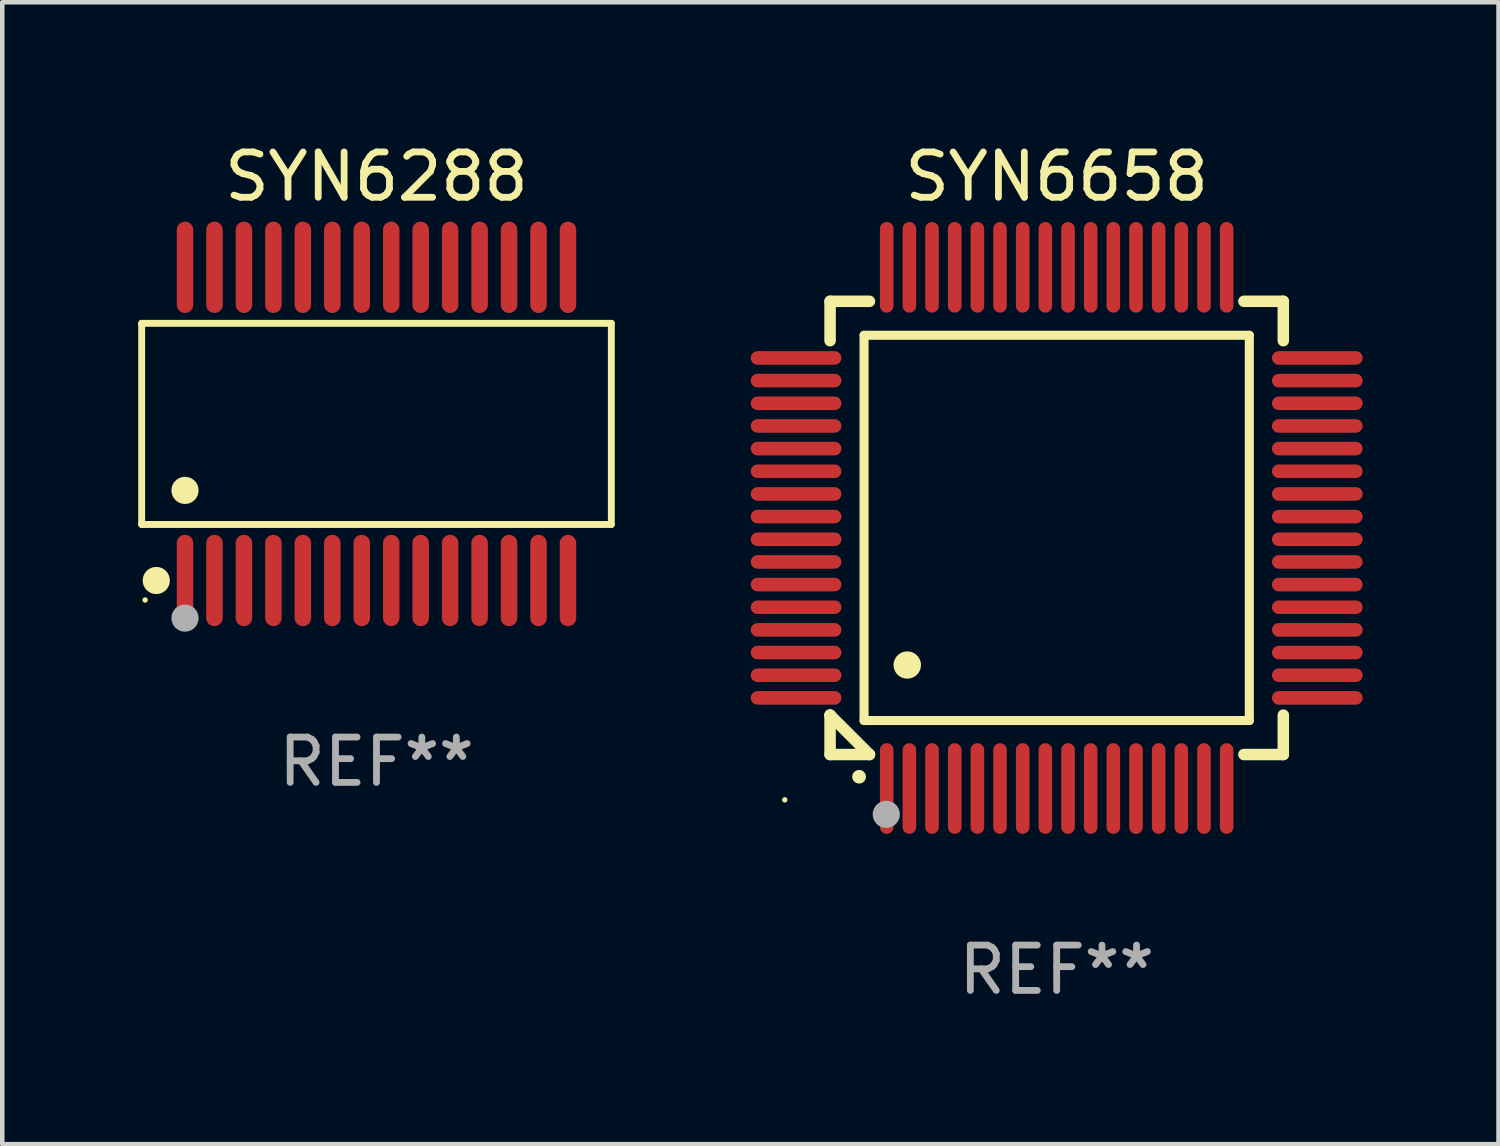
<source format=kicad_pcb>
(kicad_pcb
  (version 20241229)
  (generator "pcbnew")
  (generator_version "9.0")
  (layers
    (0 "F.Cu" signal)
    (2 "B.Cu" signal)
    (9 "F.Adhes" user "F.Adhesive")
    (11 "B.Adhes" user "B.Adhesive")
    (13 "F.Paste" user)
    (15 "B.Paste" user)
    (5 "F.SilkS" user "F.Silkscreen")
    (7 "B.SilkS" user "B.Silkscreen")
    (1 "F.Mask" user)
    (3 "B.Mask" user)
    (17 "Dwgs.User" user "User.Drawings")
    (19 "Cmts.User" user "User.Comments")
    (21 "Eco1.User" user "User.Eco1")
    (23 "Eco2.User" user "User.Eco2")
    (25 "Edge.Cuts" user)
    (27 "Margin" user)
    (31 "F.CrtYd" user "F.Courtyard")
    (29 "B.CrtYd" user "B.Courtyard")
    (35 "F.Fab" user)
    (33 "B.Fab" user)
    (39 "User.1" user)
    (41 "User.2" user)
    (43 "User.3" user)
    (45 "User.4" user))
  (footprint "SYN6658"
    (layer "F.Cu")
    (at 20.265 8.598)
    (property "Reference" "SYN6658" (at 0 -7.75 0) (layer "F.SilkS") (effects (font (size 1 1) (thickness 0.15))))
    (attr through_hole)
    (fp_line (start -5 -5) (end -4.131 -5) (stroke (width 0.254) (type solid)) (layer "F.SilkS"))
    (fp_line (start -5 -4.131) (end -5 -5) (stroke (width 0.254) (type solid)) (layer "F.SilkS"))
    (fp_line (start -5 4.131) (end -5 4.131) (stroke (width 0.254) (type solid)) (layer "F.SilkS"))
    (fp_line (start -5 5) (end -5 4.131) (stroke (width 0.254) (type solid)) (layer "F.SilkS"))
    (fp_line (start -5 4.131) (end -4.131 5) (stroke (width 0.254) (type solid)) (layer "F.SilkS"))
    (fp_line (start -4.25 -4.25) (end -4.25 4.25) (stroke (width 0.2) (type solid)) (layer "F.SilkS"))
    (fp_line (start -4.25 4.25) (end 4.25 4.25) (stroke (width 0.2) (type solid)) (layer "F.SilkS"))
    (fp_line (start -4.131 5) (end -5 5) (stroke (width 0.254) (type solid)) (layer "F.SilkS"))
    (fp_line (start 4.25 -4.25) (end -4.25 -4.25) (stroke (width 0.2) (type solid)) (layer "F.SilkS"))
    (fp_line (start 4.25 4.25) (end 4.25 -4.25) (stroke (width 0.2) (type solid)) (layer "F.SilkS"))
    (fp_line (start 5 -5) (end 4.131 -5) (stroke (width 0.254) (type solid)) (layer "F.SilkS"))
    (fp_line (start 5 -5) (end 5 -4.131) (stroke (width 0.254) (type solid)) (layer "F.SilkS"))
    (fp_line (start 5 4.131) (end 5 5) (stroke (width 0.254) (type solid)) (layer "F.SilkS"))
    (fp_line (start 5 5) (end 4.131 5) (stroke (width 0.254) (type solid)) (layer "F.SilkS"))
    (fp_arc (start -4.361265 5.489992) (mid -4.359995 5.489987) (end -4.358725 5.489992) (stroke (width 0.3) (type solid)) (layer "F.SilkS"))
    (fp_arc (start -3.299467 3.025146) (mid -3.296927 3.025135) (end -3.294387 3.025146) (stroke (width 0.6) (type solid)) (layer "F.SilkS"))
    (fp_circle (center -6 6) (end -5.97 6) (stroke (width 0.06) (type solid)) (fill no) (layer "F.SilkS"))
    (fp_circle (center -3.76 6.32) (end -3.61 6.32) (stroke (width 0.3) (type solid)) (fill no) (layer "F.Fab"))
    (fp_text user "REF**" (at 0 9.75 0) (layer "F.Fab") (effects (font (size 1 1) (thickness 0.15))))
    (pad "1" smd oval (at -3.75 5.75) (size 0.3 2) (layers "F.Cu" "F.Mask" "F.Paste"))
    (pad "2" smd oval (at -3.25 5.75) (size 0.3 2) (layers "F.Cu" "F.Mask" "F.Paste"))
    (pad "3" smd oval (at -2.75 5.75) (size 0.3 2) (layers "F.Cu" "F.Mask" "F.Paste"))
    (pad "4" smd oval (at -2.25 5.75) (size 0.3 2) (layers "F.Cu" "F.Mask" "F.Paste"))
    (pad "5" smd oval (at -1.75 5.75) (size 0.3 2) (layers "F.Cu" "F.Mask" "F.Paste"))
    (pad "6" smd oval (at -1.25 5.75) (size 0.3 2) (layers "F.Cu" "F.Mask" "F.Paste"))
    (pad "7" smd oval (at -0.75 5.75) (size 0.3 2) (layers "F.Cu" "F.Mask" "F.Paste"))
    (pad "8" smd oval (at -0.25 5.75) (size 0.3 2) (layers "F.Cu" "F.Mask" "F.Paste"))
    (pad "9" smd oval (at 0.25 5.75) (size 0.3 2) (layers "F.Cu" "F.Mask" "F.Paste"))
    (pad "10" smd oval (at 0.75 5.75) (size 0.3 2) (layers "F.Cu" "F.Mask" "F.Paste"))
    (pad "11" smd oval (at 1.25 5.75) (size 0.3 2) (layers "F.Cu" "F.Mask" "F.Paste"))
    (pad "12" smd oval (at 1.75 5.75) (size 0.3 2) (layers "F.Cu" "F.Mask" "F.Paste"))
    (pad "13" smd oval (at 2.25 5.75) (size 0.3 2) (layers "F.Cu" "F.Mask" "F.Paste"))
    (pad "14" smd oval (at 2.75 5.75) (size 0.3 2) (layers "F.Cu" "F.Mask" "F.Paste"))
    (pad "15" smd oval (at 3.25 5.75) (size 0.3 2) (layers "F.Cu" "F.Mask" "F.Paste"))
    (pad "16" smd oval (at 3.75 5.75) (size 0.3 2) (layers "F.Cu" "F.Mask" "F.Paste"))
    (pad "17" smd oval (at 5.75 3.75) (size 2 0.3) (layers "F.Cu" "F.Mask" "F.Paste"))
    (pad "18" smd oval (at 5.75 3.25) (size 2 0.3) (layers "F.Cu" "F.Mask" "F.Paste"))
    (pad "19" smd oval (at 5.75 2.75) (size 2 0.3) (layers "F.Cu" "F.Mask" "F.Paste"))
    (pad "20" smd oval (at 5.75 2.25) (size 2 0.3) (layers "F.Cu" "F.Mask" "F.Paste"))
    (pad "21" smd oval (at 5.75 1.75) (size 2 0.3) (layers "F.Cu" "F.Mask" "F.Paste"))
    (pad "22" smd oval (at 5.75 1.25) (size 2 0.3) (layers "F.Cu" "F.Mask" "F.Paste"))
    (pad "23" smd oval (at 5.75 0.75) (size 2 0.3) (layers "F.Cu" "F.Mask" "F.Paste"))
    (pad "24" smd oval (at 5.75 0.25) (size 2 0.3) (layers "F.Cu" "F.Mask" "F.Paste"))
    (pad "25" smd oval (at 5.75 -0.25) (size 2 0.3) (layers "F.Cu" "F.Mask" "F.Paste"))
    (pad "26" smd oval (at 5.75 -0.75) (size 2 0.3) (layers "F.Cu" "F.Mask" "F.Paste"))
    (pad "27" smd oval (at 5.75 -1.25) (size 2 0.3) (layers "F.Cu" "F.Mask" "F.Paste"))
    (pad "28" smd oval (at 5.75 -1.75) (size 2 0.3) (layers "F.Cu" "F.Mask" "F.Paste"))
    (pad "29" smd oval (at 5.75 -2.25) (size 2 0.3) (layers "F.Cu" "F.Mask" "F.Paste"))
    (pad "30" smd oval (at 5.75 -2.75) (size 2 0.3) (layers "F.Cu" "F.Mask" "F.Paste"))
    (pad "31" smd oval (at 5.75 -3.25) (size 2 0.3) (layers "F.Cu" "F.Mask" "F.Paste"))
    (pad "32" smd oval (at 5.75 -3.75) (size 2 0.3) (layers "F.Cu" "F.Mask" "F.Paste"))
    (pad "33" smd oval (at 3.75 -5.75) (size 0.3 2) (layers "F.Cu" "F.Mask" "F.Paste"))
    (pad "34" smd oval (at 3.25 -5.75) (size 0.3 2) (layers "F.Cu" "F.Mask" "F.Paste"))
    (pad "35" smd oval (at 2.75 -5.75) (size 0.3 2) (layers "F.Cu" "F.Mask" "F.Paste"))
    (pad "36" smd oval (at 2.25 -5.75) (size 0.3 2) (layers "F.Cu" "F.Mask" "F.Paste"))
    (pad "37" smd oval (at 1.75 -5.75) (size 0.3 2) (layers "F.Cu" "F.Mask" "F.Paste"))
    (pad "38" smd oval (at 1.25 -5.75) (size 0.3 2) (layers "F.Cu" "F.Mask" "F.Paste"))
    (pad "39" smd oval (at 0.75 -5.75) (size 0.3 2) (layers "F.Cu" "F.Mask" "F.Paste"))
    (pad "40" smd oval (at 0.25 -5.75) (size 0.3 2) (layers "F.Cu" "F.Mask" "F.Paste"))
    (pad "41" smd oval (at -0.25 -5.75) (size 0.3 2) (layers "F.Cu" "F.Mask" "F.Paste"))
    (pad "42" smd oval (at -0.75 -5.75) (size 0.3 2) (layers "F.Cu" "F.Mask" "F.Paste"))
    (pad "43" smd oval (at -1.25 -5.75) (size 0.3 2) (layers "F.Cu" "F.Mask" "F.Paste"))
    (pad "44" smd oval (at -1.75 -5.75) (size 0.3 2) (layers "F.Cu" "F.Mask" "F.Paste"))
    (pad "45" smd oval (at -2.25 -5.75) (size 0.3 2) (layers "F.Cu" "F.Mask" "F.Paste"))
    (pad "46" smd oval (at -2.75 -5.75) (size 0.3 2) (layers "F.Cu" "F.Mask" "F.Paste"))
    (pad "47" smd oval (at -3.25 -5.75) (size 0.3 2) (layers "F.Cu" "F.Mask" "F.Paste"))
    (pad "48" smd oval (at -3.75 -5.75) (size 0.3 2) (layers "F.Cu" "F.Mask" "F.Paste"))
    (pad "49" smd oval (at -5.75 -3.75) (size 2 0.3) (layers "F.Cu" "F.Mask" "F.Paste"))
    (pad "50" smd oval (at -5.75 -3.25) (size 2 0.3) (layers "F.Cu" "F.Mask" "F.Paste"))
    (pad "51" smd oval (at -5.75 -2.75) (size 2 0.3) (layers "F.Cu" "F.Mask" "F.Paste"))
    (pad "52" smd oval (at -5.75 -2.25) (size 2 0.3) (layers "F.Cu" "F.Mask" "F.Paste"))
    (pad "53" smd oval (at -5.75 -1.75) (size 2 0.3) (layers "F.Cu" "F.Mask" "F.Paste"))
    (pad "54" smd oval (at -5.75 -1.25) (size 2 0.3) (layers "F.Cu" "F.Mask" "F.Paste"))
    (pad "55" smd oval (at -5.75 -0.75) (size 2 0.3) (layers "F.Cu" "F.Mask" "F.Paste"))
    (pad "56" smd oval (at -5.75 -0.25) (size 2 0.3) (layers "F.Cu" "F.Mask" "F.Paste"))
    (pad "57" smd oval (at -5.75 0.25) (size 2 0.3) (layers "F.Cu" "F.Mask" "F.Paste"))
    (pad "58" smd oval (at -5.75 0.75) (size 2 0.3) (layers "F.Cu" "F.Mask" "F.Paste"))
    (pad "59" smd oval (at -5.75 1.25) (size 2 0.3) (layers "F.Cu" "F.Mask" "F.Paste"))
    (pad "60" smd oval (at -5.75 1.75) (size 2 0.3) (layers "F.Cu" "F.Mask" "F.Paste"))
    (pad "61" smd oval (at -5.75 2.25) (size 2 0.3) (layers "F.Cu" "F.Mask" "F.Paste"))
    (pad "62" smd oval (at -5.75 2.75) (size 2 0.3) (layers "F.Cu" "F.Mask" "F.Paste"))
    (pad "63" smd oval (at -5.75 3.25) (size 2 0.3) (layers "F.Cu" "F.Mask" "F.Paste"))
    (pad "64" smd oval (at -5.75 3.75) (size 2 0.3) (layers "F.Cu" "F.Mask" "F.Paste")))
  (footprint "SYN6288"
    (layer "F.Cu")
    (at 5.257 6.303)
    (property "Reference" "SYN6288" (at 0 -5.455 0) (layer "F.SilkS") (effects (font (size 1 1) (thickness 0.15))))
    (attr through_hole)
    (fp_line (start -5.181 -2.219) (end 5.181 -2.219) (stroke (width 0.152) (type solid)) (layer "F.SilkS"))
    (fp_line (start -5.181 2.219) (end -5.181 -2.219) (stroke (width 0.152) (type solid)) (layer "F.SilkS"))
    (fp_line (start 5.181 -2.219) (end 5.181 2.219) (stroke (width 0.152) (type solid)) (layer "F.SilkS"))
    (fp_line (start 5.181 2.219) (end -5.181 2.219) (stroke (width 0.152) (type solid)) (layer "F.SilkS"))
    (fp_circle (center -5.105 3.885) (end -5.075 3.885) (stroke (width 0.06) (type solid)) (fill no) (layer "F.SilkS"))
    (fp_circle (center -4.859 3.455) (end -4.709 3.455) (stroke (width 0.3) (type solid)) (fill no) (layer "F.SilkS"))
    (fp_circle (center -4.225 1.467) (end -4.075 1.467) (stroke (width 0.3) (type solid)) (fill no) (layer "F.SilkS"))
    (fp_circle (center -4.225 4.285) (end -4.075 4.285) (stroke (width 0.3) (type solid)) (fill no) (layer "F.Fab"))
    (fp_text user "REF**" (at 0 7.455 0) (layer "F.Fab") (effects (font (size 1 1) (thickness 0.15))))
    (pad "1" smd oval (at -4.225 3.455) (size 0.364 2.015) (layers "F.Cu" "F.Mask" "F.Paste"))
    (pad "2" smd oval (at -3.575 3.455) (size 0.364 2.015) (layers "F.Cu" "F.Mask" "F.Paste"))
    (pad "3" smd oval (at -2.925 3.455) (size 0.364 2.015) (layers "F.Cu" "F.Mask" "F.Paste"))
    (pad "4" smd oval (at -2.275 3.455) (size 0.364 2.015) (layers "F.Cu" "F.Mask" "F.Paste"))
    (pad "5" smd oval (at -1.625 3.455) (size 0.364 2.015) (layers "F.Cu" "F.Mask" "F.Paste"))
    (pad "6" smd oval (at -0.975 3.455) (size 0.364 2.015) (layers "F.Cu" "F.Mask" "F.Paste"))
    (pad "7" smd oval (at -0.325 3.455) (size 0.364 2.015) (layers "F.Cu" "F.Mask" "F.Paste"))
    (pad "8" smd oval (at 0.325 3.455) (size 0.364 2.015) (layers "F.Cu" "F.Mask" "F.Paste"))
    (pad "9" smd oval (at 0.975 3.455) (size 0.364 2.015) (layers "F.Cu" "F.Mask" "F.Paste"))
    (pad "10" smd oval (at 1.625 3.455) (size 0.364 2.015) (layers "F.Cu" "F.Mask" "F.Paste"))
    (pad "11" smd oval (at 2.275 3.455) (size 0.364 2.015) (layers "F.Cu" "F.Mask" "F.Paste"))
    (pad "12" smd oval (at 2.925 3.455) (size 0.364 2.015) (layers "F.Cu" "F.Mask" "F.Paste"))
    (pad "13" smd oval (at 3.575 3.455) (size 0.364 2.015) (layers "F.Cu" "F.Mask" "F.Paste"))
    (pad "14" smd oval (at 4.225 3.455) (size 0.364 2.015) (layers "F.Cu" "F.Mask" "F.Paste"))
    (pad "15" smd oval (at 4.225 -3.455) (size 0.364 2.015) (layers "F.Cu" "F.Mask" "F.Paste"))
    (pad "16" smd oval (at 3.575 -3.455) (size 0.364 2.015) (layers "F.Cu" "F.Mask" "F.Paste"))
    (pad "17" smd oval (at 2.925 -3.455) (size 0.364 2.015) (layers "F.Cu" "F.Mask" "F.Paste"))
    (pad "18" smd oval (at 2.275 -3.455) (size 0.364 2.015) (layers "F.Cu" "F.Mask" "F.Paste"))
    (pad "19" smd oval (at 1.625 -3.455) (size 0.364 2.015) (layers "F.Cu" "F.Mask" "F.Paste"))
    (pad "20" smd oval (at 0.975 -3.455) (size 0.364 2.015) (layers "F.Cu" "F.Mask" "F.Paste"))
    (pad "21" smd oval (at 0.325 -3.455) (size 0.364 2.015) (layers "F.Cu" "F.Mask" "F.Paste"))
    (pad "22" smd oval (at -0.325 -3.455) (size 0.364 2.015) (layers "F.Cu" "F.Mask" "F.Paste"))
    (pad "23" smd oval (at -0.975 -3.455) (size 0.364 2.015) (layers "F.Cu" "F.Mask" "F.Paste"))
    (pad "24" smd oval (at -1.625 -3.455) (size 0.364 2.015) (layers "F.Cu" "F.Mask" "F.Paste"))
    (pad "25" smd oval (at -2.275 -3.455) (size 0.364 2.015) (layers "F.Cu" "F.Mask" "F.Paste"))
    (pad "26" smd oval (at -2.925 -3.455) (size 0.364 2.015) (layers "F.Cu" "F.Mask" "F.Paste"))
    (pad "27" smd oval (at -3.575 -3.455) (size 0.364 2.015) (layers "F.Cu" "F.Mask" "F.Paste"))
    (pad "28" smd oval (at -4.225 -3.455) (size 0.364 2.015) (layers "F.Cu" "F.Mask" "F.Paste")))
  (gr_rect
    (start -3 -3)
    (end 30.014 22.196)
    (stroke (width 0.1) (type default))
    (fill no)
    (layer "Edge.Cuts")))
</source>
